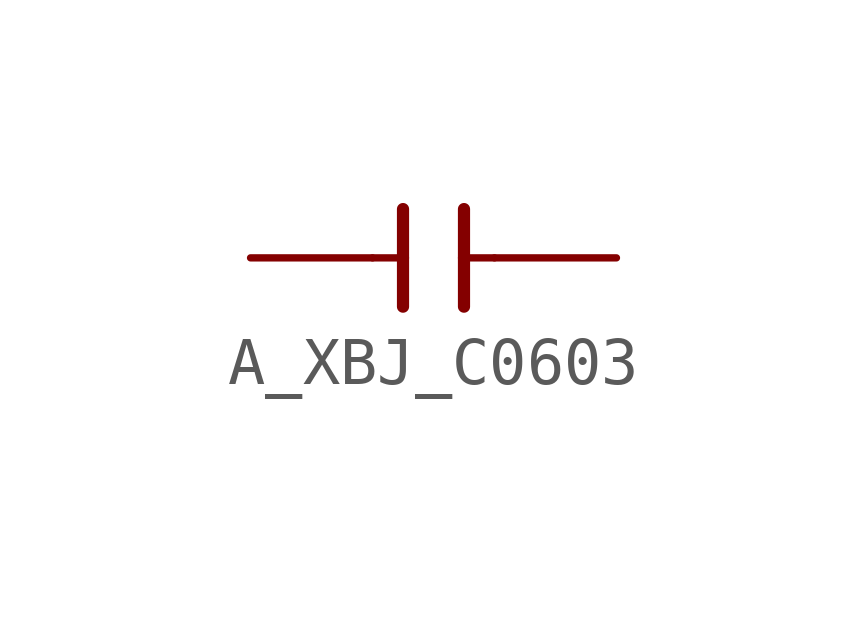
<source format=kicad_sym>
(kicad_symbol_lib
  (version 20231120)
  (generator "kicad_symbol_editor")
  (generator_version "8.0")
  (symbol "A_XBJ_C0603"
    (property "Reference" "C"
      (at -3.81 2.54 0)
      (effects (font (size 1.27 1.079)) (justify left bottom) (hide yes)))
    (property "ki_locked" ""
      (at 0 0 0)
      (effects (font (size 1.27 1.27))))
    (symbol "A_XBJ_C0603_1_0"
      (polyline (pts (xy -1.27 0) (xy -0.635 0)) (stroke (width 0.152) (type solid)) (fill (type none)))
      (polyline (pts (xy -0.635 -1.016) (xy -0.635 0)) (stroke (width 0.254) (type solid)) (fill (type none)))
      (polyline (pts (xy -0.635 0) (xy -0.635 1.016)) (stroke (width 0.254) (type solid)) (fill (type none)))
      (polyline (pts (xy 0.635 0) (xy 0.635 -1.016)) (stroke (width 0.254) (type solid)) (fill (type none)))
      (polyline (pts (xy 0.635 0) (xy 1.27 0)) (stroke (width 0.152) (type solid)) (fill (type none)))
      (polyline (pts (xy 0.635 1.016) (xy 0.635 0)) (stroke (width 0.254) (type solid)) (fill (type none)))
      (pin passive line (at -3.81 0 0) (length 2.54) (name "1" (effects (font (size 0 0)))) (number "1" (effects (font (size 0 0)))))
      (pin passive line (at 3.81 0 180) (length 2.54) (name "2" (effects (font (size 0 0)))) (number "2" (effects (font (size 0 0))))))))
</source>
